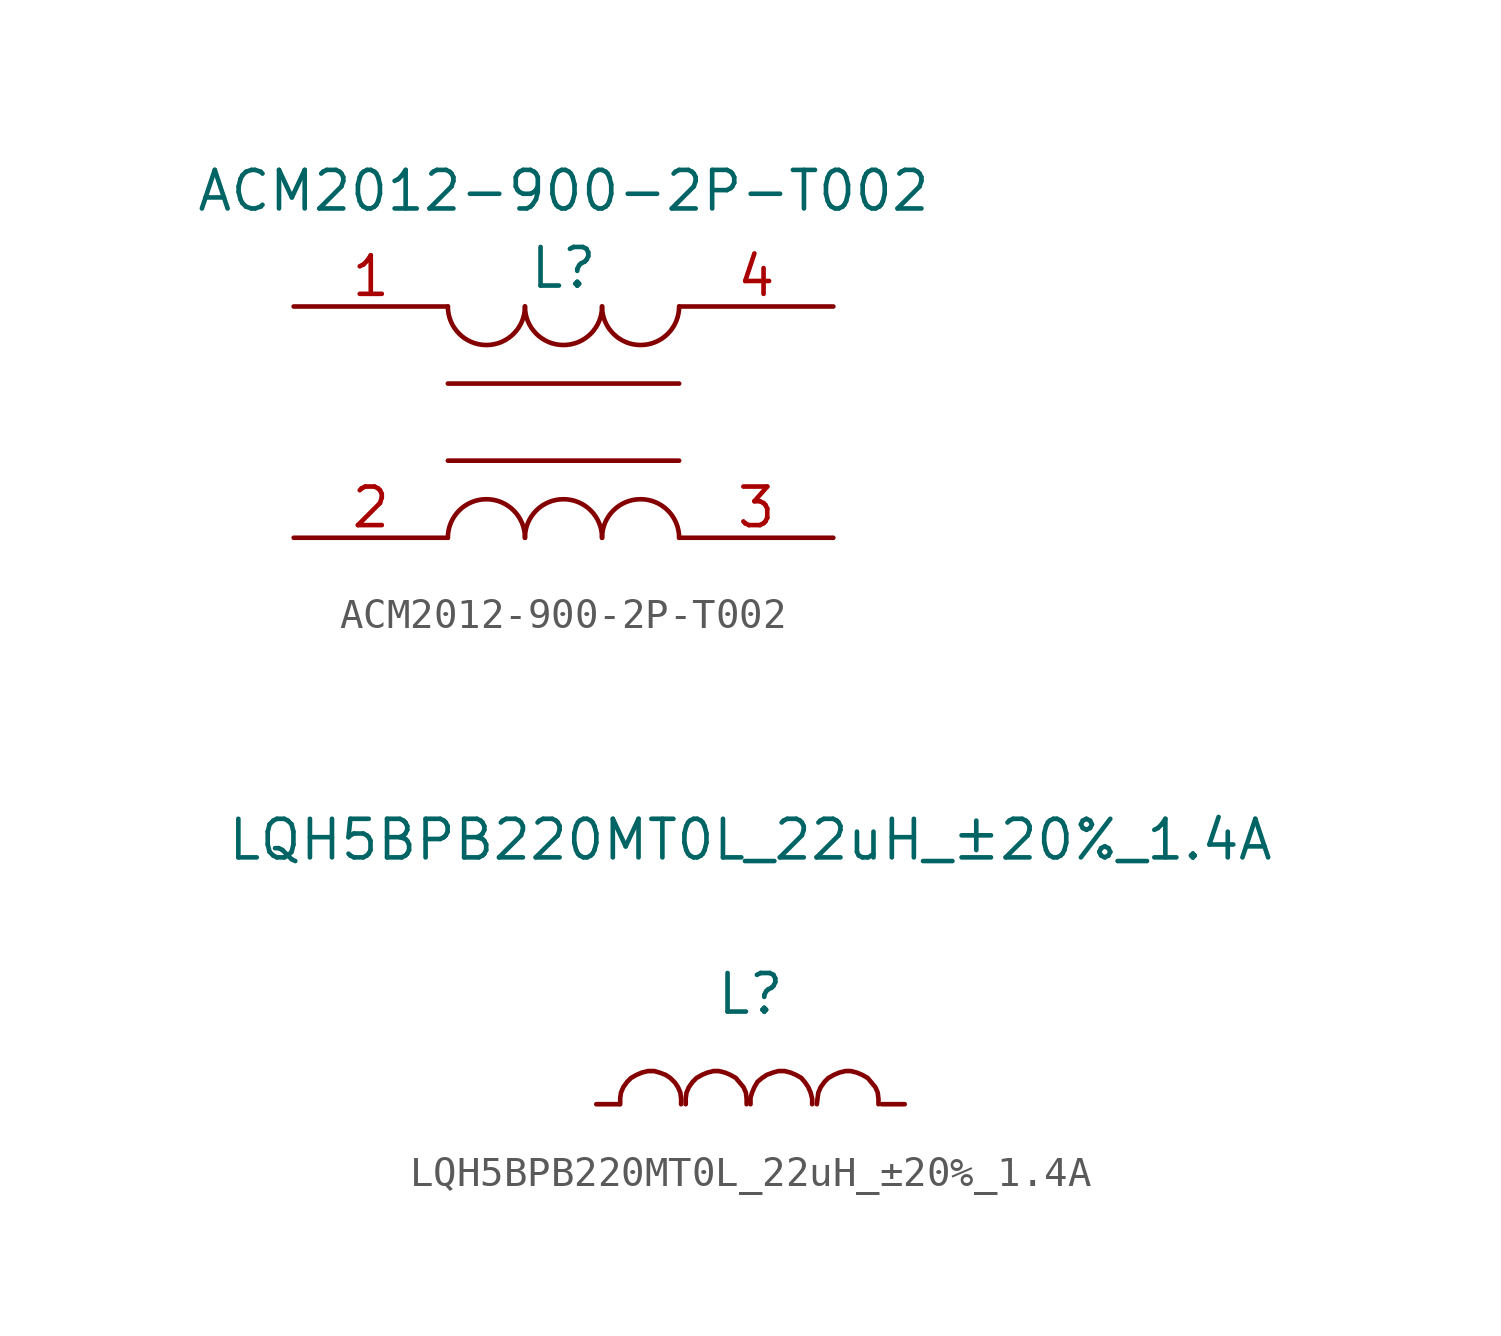
<source format=kicad_sym>
(kicad_symbol_lib
  (version 20220914)
  (generator kicad_symbol_editor)
  (symbol "ACM2012-900-2P-T002"
    (pin_names
      (offset 1.016) hide)
    (property "Reference" "L"
      (at 0 3.81 0)
      (effects (font (size 1.27 1.27))))
    (property "Value" "ACM2012-900-2P-T002"
      (at 0 6.35 0)
      (effects (font (size 1.27 1.27))))
    (symbol "ACM2012-900-2P-T002_1_1"
      (arc (start -3.81 2.54) (mid -2.54 1.2755) (end -1.27 2.54) (stroke (width 0.1524) (type solid)) (fill (type none)))
      (arc (start -1.27 -5.08) (mid -2.54 -3.8155) (end -3.81 -5.08) (stroke (width 0.1524) (type solid)) (fill (type none)))
      (arc (start -1.27 2.54) (mid 0 1.2755) (end 1.27 2.54) (stroke (width 0.1524) (type solid)) (fill (type none)))
      (polyline (pts (xy -3.81 -2.54) (xy 3.81 -2.54)) (stroke (width 0.152) (type solid)) (fill (type none)))
      (polyline (pts (xy -3.81 0) (xy 3.81 0)) (stroke (width 0.152) (type solid)) (fill (type none)))
      (arc (start 1.27 -5.08) (mid 0 -3.8155) (end -1.27 -5.08) (stroke (width 0.1524) (type solid)) (fill (type none)))
      (arc (start 1.27 2.54) (mid 2.54 1.2755) (end 3.81 2.54) (stroke (width 0.1524) (type solid)) (fill (type none)))
      (arc (start 3.81 -5.08) (mid 2.54 -3.8155) (end 1.27 -5.08) (stroke (width 0.1524) (type solid)) (fill (type none)))
      (pin passive line (at -8.89 2.54 0) (length 5.08) (name "1" (effects (font (size 1.27 1.27)))) (number "1" (effects (font (size 1.27 1.27)))))
      (pin passive line (at -8.89 -5.08 0) (length 5.08) (name "2" (effects (font (size 1.27 1.27)))) (number "2" (effects (font (size 1.27 1.27)))))
      (pin passive line (at 8.89 -5.08 180) (length 5.08) (name "3" (effects (font (size 1.27 1.27)))) (number "3" (effects (font (size 1.27 1.27)))))
      (pin passive line (at 8.89 2.54 180) (length 5.08) (name "4" (effects (font (size 1.27 1.27)))) (number "4" (effects (font (size 1.27 1.27)))))))
  (symbol "LQH5BPB220MT0L_22uH_±20%_1.4A"
    (pin_numbers hide)
    (pin_names
      (offset 1.016) hide)
    (property "Reference" "L"
      (at 0 3.632 0)
      (effects (font (size 1.27 1.27))))
    (property "Value" "LQH5BPB220MT0L_22uH_±20%_1.4A"
      (at 0 8.712 0)
      (effects (font (size 1.27 1.27))))
    (symbol "LQH5BPB220MT0L_22uH_±20%_1.4A_1_1"
      (polyline (pts (xy -4.293 0) (xy -4.293 0.203) (xy -4.267 0.381) (xy -4.191 0.559) (xy -4.064 0.737) (xy -3.937 0.864) (xy -3.759 0.965) (xy -3.581 1.041) (xy -3.378 1.092) (xy -3.175 1.092) (xy -2.997 1.041) (xy -2.794 0.965) (xy -2.642 0.864) (xy -2.489 0.711) (xy -2.388 0.559) (xy -2.311 0.381) (xy -2.286 0.178) (xy -2.286 0)) (stroke (width 0.152) (type solid)) (fill (type none)))
      (polyline (pts (xy -2.134 0) (xy -2.134 0.203) (xy -2.108 0.381) (xy -2.032 0.559) (xy -1.905 0.737) (xy -1.778 0.864) (xy -1.6 0.965) (xy -1.422 1.041) (xy -1.219 1.092) (xy -1.041 1.092) (xy -0.838 1.041) (xy -0.66 0.965) (xy -0.483 0.864) (xy -0.356 0.711) (xy -0.229 0.559) (xy -0.152 0.381) (xy -0.127 0.178) (xy -0.127 0)) (stroke (width 0.152) (type solid)) (fill (type none)))
      (polyline (pts (xy 0 0) (xy 0 0.203) (xy 0.051 0.381) (xy 0.127 0.559) (xy 0.229 0.737) (xy 0.381 0.864) (xy 0.533 0.965) (xy 0.737 1.041) (xy 0.914 1.092) (xy 1.118 1.092) (xy 1.321 1.041) (xy 1.499 0.965) (xy 1.676 0.864) (xy 1.803 0.711) (xy 1.905 0.559) (xy 1.981 0.381) (xy 2.032 0.178) (xy 2.032 0)) (stroke (width 0.152) (type solid)) (fill (type none)))
      (polyline (pts (xy 2.184 0) (xy 2.21 0.203) (xy 2.235 0.381) (xy 2.311 0.559) (xy 2.438 0.737) (xy 2.565 0.864) (xy 2.743 0.965) (xy 2.921 1.041) (xy 3.124 1.092) (xy 3.302 1.092) (xy 3.505 1.041) (xy 3.683 0.965) (xy 3.861 0.864) (xy 3.988 0.711) (xy 4.115 0.559) (xy 4.191 0.381) (xy 4.216 0.178) (xy 4.216 0)) (stroke (width 0.152) (type solid)) (fill (type none)))
      (pin input line (at -5.08 0 0) (length 0.762) (name "1" (effects (font (size 1.27 1.27)))) (number "1" (effects (font (size 1.27 1.27)))))
      (pin input line (at 5.08 0 180) (length 0.762) (name "2" (effects (font (size 1.27 1.27)))) (number "2" (effects (font (size 1.27 1.27))))))))
</source>
